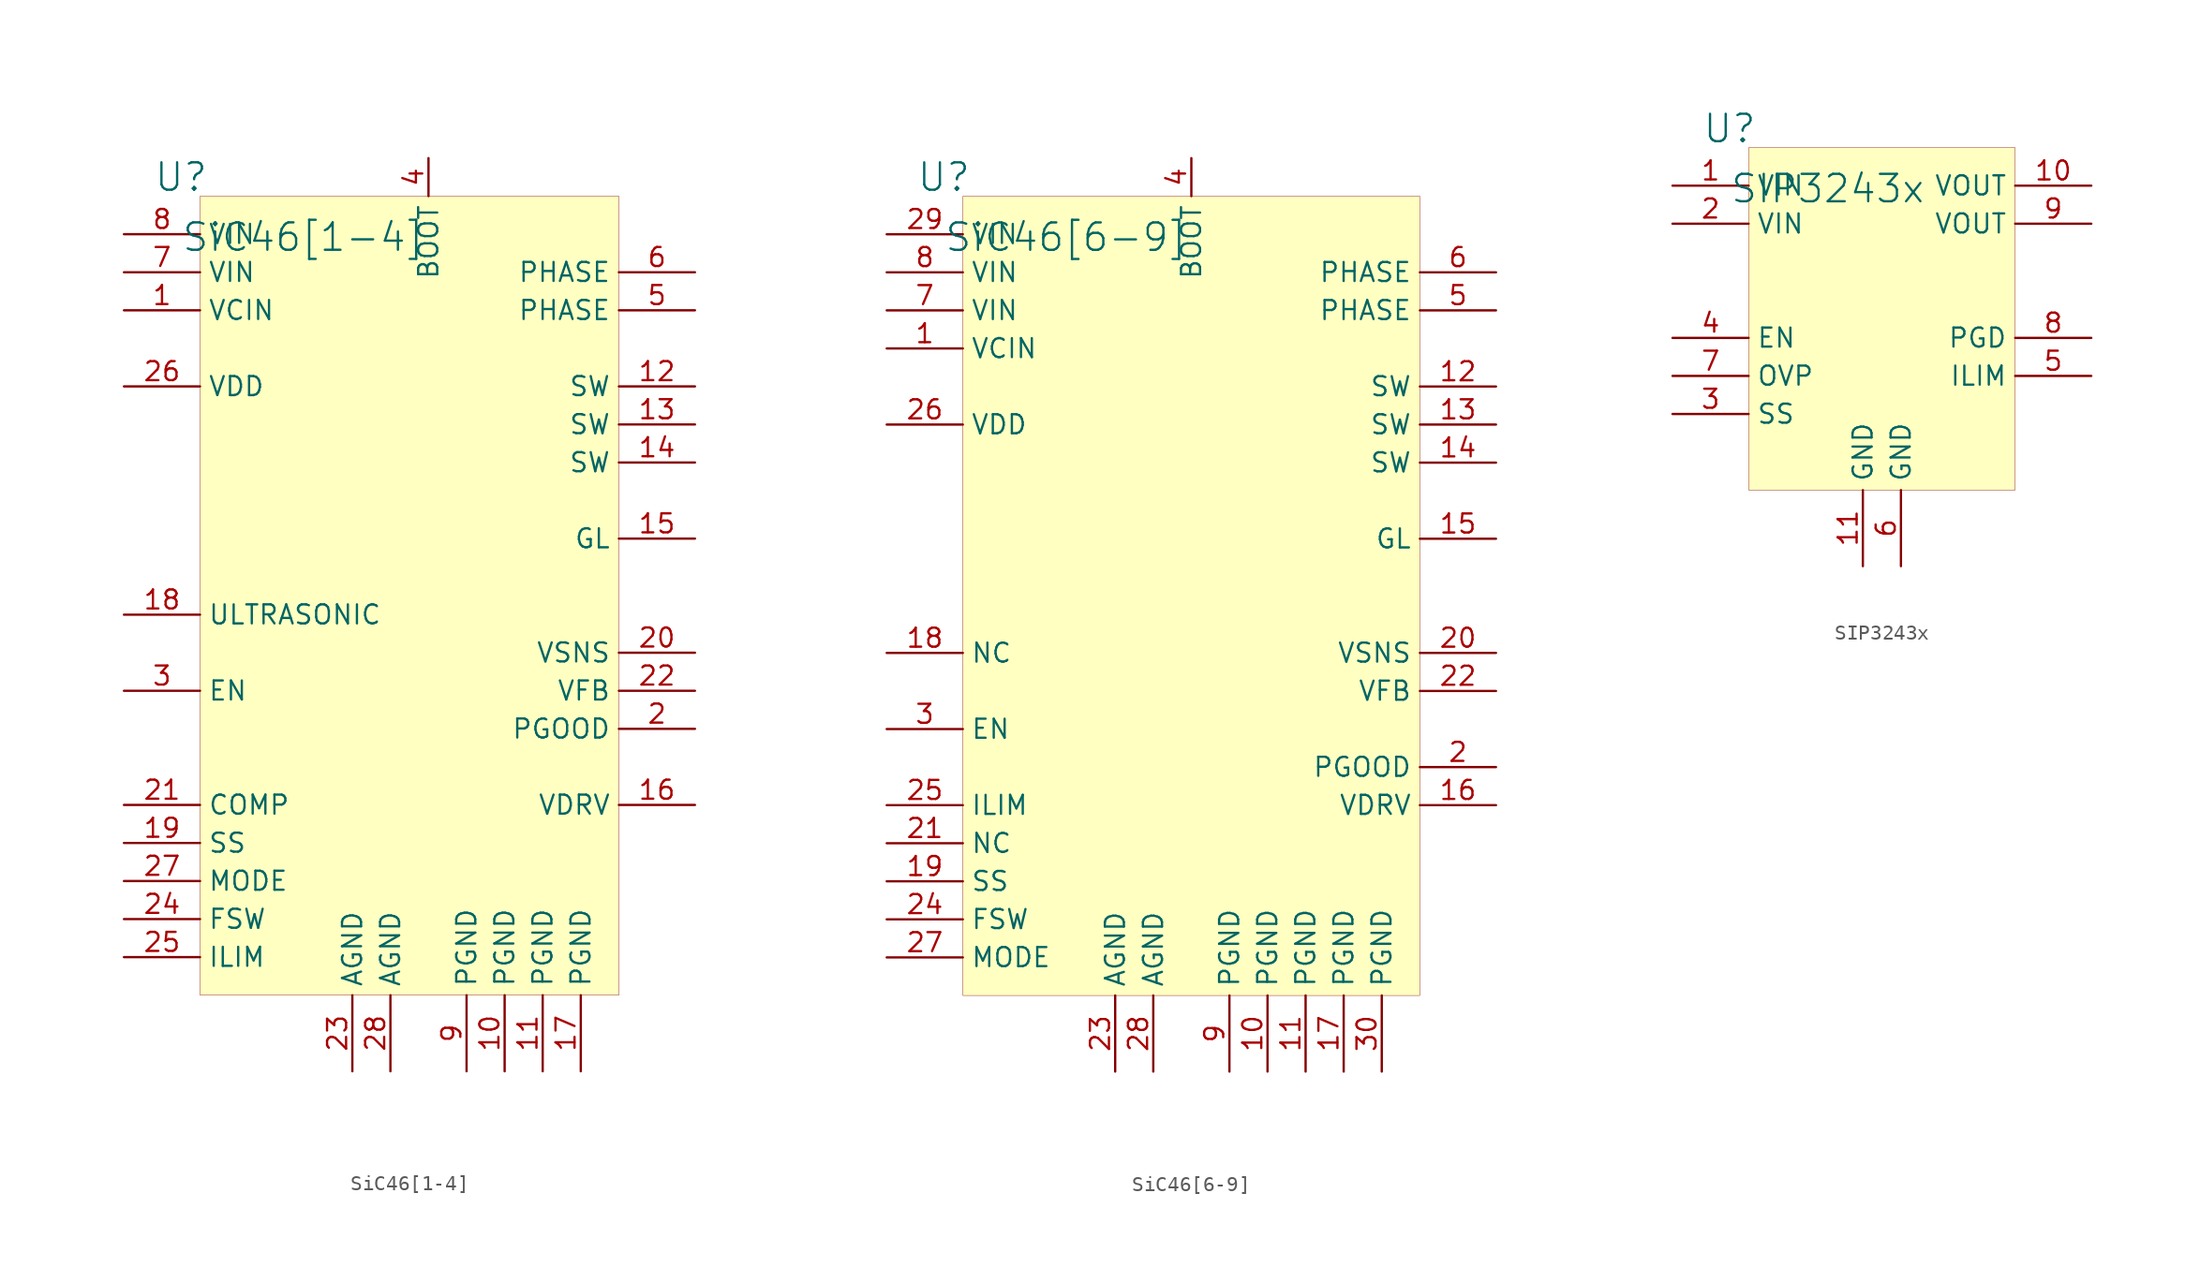
<source format=kicad_sym>
(kicad_symbol_lib
  (version 20231120)
  (generator "kicad_symbol_editor")
  (generator_version "8.0")
  (symbol "SiC46[1-4]"
    (property "Reference" "U"
      (at -1.27 1.27 0)
      (effects (font (size 1.829 1.829))))
    (property "Value" "SiC46[1-4]"
      (at -1.27 -3.81 0)
      (effects (font (size 1.829 1.829)) (justify left bottom)))
    (symbol "SiC46[1-4]_1_0"
      (rectangle (start 27.94 0) (end 0 -53.34) (stroke (width 0.025) (type solid) (color 128 0 0 1)) (fill (type background)))
      (pin passive line (at -5.08 -7.62 0) (length 5.08) (name "VCIN" (effects (font (size 1.27 1.27)))) (number "1" (effects (font (size 1.27 1.27)))))
      (pin passive line (at 20.32 -58.42 90) (length 5.08) (name "PGND" (effects (font (size 1.27 1.27)))) (number "10" (effects (font (size 1.27 1.27)))))
      (pin passive line (at 22.86 -58.42 90) (length 5.08) (name "PGND" (effects (font (size 1.27 1.27)))) (number "11" (effects (font (size 1.27 1.27)))))
      (pin passive line (at 33.02 -12.7 180) (length 5.08) (name "SW" (effects (font (size 1.27 1.27)))) (number "12" (effects (font (size 1.27 1.27)))))
      (pin passive line (at 33.02 -15.24 180) (length 5.08) (name "SW" (effects (font (size 1.27 1.27)))) (number "13" (effects (font (size 1.27 1.27)))))
      (pin passive line (at 33.02 -17.78 180) (length 5.08) (name "SW" (effects (font (size 1.27 1.27)))) (number "14" (effects (font (size 1.27 1.27)))))
      (pin passive line (at 33.02 -22.86 180) (length 5.08) (name "GL" (effects (font (size 1.27 1.27)))) (number "15" (effects (font (size 1.27 1.27)))))
      (pin passive line (at 33.02 -40.64 180) (length 5.08) (name "VDRV" (effects (font (size 1.27 1.27)))) (number "16" (effects (font (size 1.27 1.27)))))
      (pin passive line (at 25.4 -58.42 90) (length 5.08) (name "PGND" (effects (font (size 1.27 1.27)))) (number "17" (effects (font (size 1.27 1.27)))))
      (pin passive line (at -5.08 -27.94 0) (length 5.08) (name "ULTRASONIC" (effects (font (size 1.27 1.27)))) (number "18" (effects (font (size 1.27 1.27)))))
      (pin passive line (at -5.08 -43.18 0) (length 5.08) (name "SS" (effects (font (size 1.27 1.27)))) (number "19" (effects (font (size 1.27 1.27)))))
      (pin passive line (at 33.02 -35.56 180) (length 5.08) (name "PGOOD" (effects (font (size 1.27 1.27)))) (number "2" (effects (font (size 1.27 1.27)))))
      (pin passive line (at 33.02 -30.48 180) (length 5.08) (name "VSNS" (effects (font (size 1.27 1.27)))) (number "20" (effects (font (size 1.27 1.27)))))
      (pin passive line (at -5.08 -40.64 0) (length 5.08) (name "COMP" (effects (font (size 1.27 1.27)))) (number "21" (effects (font (size 1.27 1.27)))))
      (pin passive line (at 33.02 -33.02 180) (length 5.08) (name "VFB" (effects (font (size 1.27 1.27)))) (number "22" (effects (font (size 1.27 1.27)))))
      (pin passive line (at 10.16 -58.42 90) (length 5.08) (name "AGND" (effects (font (size 1.27 1.27)))) (number "23" (effects (font (size 1.27 1.27)))))
      (pin passive line (at -5.08 -48.26 0) (length 5.08) (name "FSW" (effects (font (size 1.27 1.27)))) (number "24" (effects (font (size 1.27 1.27)))))
      (pin passive line (at -5.08 -50.8 0) (length 5.08) (name "ILIM" (effects (font (size 1.27 1.27)))) (number "25" (effects (font (size 1.27 1.27)))))
      (pin passive line (at -5.08 -12.7 0) (length 5.08) (name "VDD" (effects (font (size 1.27 1.27)))) (number "26" (effects (font (size 1.27 1.27)))))
      (pin passive line (at -5.08 -45.72 0) (length 5.08) (name "MODE" (effects (font (size 1.27 1.27)))) (number "27" (effects (font (size 1.27 1.27)))))
      (pin passive line (at 12.7 -58.42 90) (length 5.08) (name "AGND" (effects (font (size 1.27 1.27)))) (number "28" (effects (font (size 1.27 1.27)))))
      (pin passive line (at -5.08 -33.02 0) (length 5.08) (name "EN" (effects (font (size 1.27 1.27)))) (number "3" (effects (font (size 1.27 1.27)))))
      (pin passive line (at 15.24 2.54 270) (length 2.54) (name "BOOT" (effects (font (size 1.27 1.27)))) (number "4" (effects (font (size 1.27 1.27)))))
      (pin passive line (at 33.02 -7.62 180) (length 5.08) (name "PHASE" (effects (font (size 1.27 1.27)))) (number "5" (effects (font (size 1.27 1.27)))))
      (pin passive line (at 33.02 -5.08 180) (length 5.08) (name "PHASE" (effects (font (size 1.27 1.27)))) (number "6" (effects (font (size 1.27 1.27)))))
      (pin passive line (at -5.08 -5.08 0) (length 5.08) (name "VIN" (effects (font (size 1.27 1.27)))) (number "7" (effects (font (size 1.27 1.27)))))
      (pin passive line (at -5.08 -2.54 0) (length 5.08) (name "VIN" (effects (font (size 1.27 1.27)))) (number "8" (effects (font (size 1.27 1.27)))))
      (pin passive line (at 17.78 -58.42 90) (length 5.08) (name "PGND" (effects (font (size 1.27 1.27)))) (number "9" (effects (font (size 1.27 1.27)))))))
  (symbol "SiC46[6-9]"
    (property "Reference" "U"
      (at -1.27 1.27 0)
      (effects (font (size 1.829 1.829))))
    (property "Value" "SiC46[6-9]"
      (at -1.27 -3.81 0)
      (effects (font (size 1.829 1.829)) (justify left bottom)))
    (symbol "SiC46[6-9]_1_0"
      (rectangle (start 30.48 0) (end 0 -53.34) (stroke (width 0.025) (type solid) (color 128 0 0 1)) (fill (type background)))
      (pin passive line (at -5.08 -10.16 0) (length 5.08) (name "VCIN" (effects (font (size 1.27 1.27)))) (number "1" (effects (font (size 1.27 1.27)))))
      (pin passive line (at 20.32 -58.42 90) (length 5.08) (name "PGND" (effects (font (size 1.27 1.27)))) (number "10" (effects (font (size 1.27 1.27)))))
      (pin passive line (at 22.86 -58.42 90) (length 5.08) (name "PGND" (effects (font (size 1.27 1.27)))) (number "11" (effects (font (size 1.27 1.27)))))
      (pin passive line (at 35.56 -12.7 180) (length 5.08) (name "SW" (effects (font (size 1.27 1.27)))) (number "12" (effects (font (size 1.27 1.27)))))
      (pin passive line (at 35.56 -15.24 180) (length 5.08) (name "SW" (effects (font (size 1.27 1.27)))) (number "13" (effects (font (size 1.27 1.27)))))
      (pin passive line (at 35.56 -17.78 180) (length 5.08) (name "SW" (effects (font (size 1.27 1.27)))) (number "14" (effects (font (size 1.27 1.27)))))
      (pin passive line (at 35.56 -22.86 180) (length 5.08) (name "GL" (effects (font (size 1.27 1.27)))) (number "15" (effects (font (size 1.27 1.27)))))
      (pin passive line (at 35.56 -40.64 180) (length 5.08) (name "VDRV" (effects (font (size 1.27 1.27)))) (number "16" (effects (font (size 1.27 1.27)))))
      (pin passive line (at 25.4 -58.42 90) (length 5.08) (name "PGND" (effects (font (size 1.27 1.27)))) (number "17" (effects (font (size 1.27 1.27)))))
      (pin passive line (at -5.08 -30.48 0) (length 5.08) (name "NC" (effects (font (size 1.27 1.27)))) (number "18" (effects (font (size 1.27 1.27)))))
      (pin passive line (at -5.08 -45.72 0) (length 5.08) (name "SS" (effects (font (size 1.27 1.27)))) (number "19" (effects (font (size 1.27 1.27)))))
      (pin passive line (at 35.56 -38.1 180) (length 5.08) (name "PGOOD" (effects (font (size 1.27 1.27)))) (number "2" (effects (font (size 1.27 1.27)))))
      (pin passive line (at 35.56 -30.48 180) (length 5.08) (name "VSNS" (effects (font (size 1.27 1.27)))) (number "20" (effects (font (size 1.27 1.27)))))
      (pin passive line (at -5.08 -43.18 0) (length 5.08) (name "NC" (effects (font (size 1.27 1.27)))) (number "21" (effects (font (size 1.27 1.27)))))
      (pin passive line (at 35.56 -33.02 180) (length 5.08) (name "VFB" (effects (font (size 1.27 1.27)))) (number "22" (effects (font (size 1.27 1.27)))))
      (pin passive line (at 10.16 -58.42 90) (length 5.08) (name "AGND" (effects (font (size 1.27 1.27)))) (number "23" (effects (font (size 1.27 1.27)))))
      (pin passive line (at -5.08 -48.26 0) (length 5.08) (name "FSW" (effects (font (size 1.27 1.27)))) (number "24" (effects (font (size 1.27 1.27)))))
      (pin passive line (at -5.08 -40.64 0) (length 5.08) (name "ILIM" (effects (font (size 1.27 1.27)))) (number "25" (effects (font (size 1.27 1.27)))))
      (pin passive line (at -5.08 -15.24 0) (length 5.08) (name "VDD" (effects (font (size 1.27 1.27)))) (number "26" (effects (font (size 1.27 1.27)))))
      (pin passive line (at -5.08 -50.8 0) (length 5.08) (name "MODE" (effects (font (size 1.27 1.27)))) (number "27" (effects (font (size 1.27 1.27)))))
      (pin passive line (at 12.7 -58.42 90) (length 5.08) (name "AGND" (effects (font (size 1.27 1.27)))) (number "28" (effects (font (size 1.27 1.27)))))
      (pin passive line (at -5.08 -2.54 0) (length 5.08) (name "VIN" (effects (font (size 1.27 1.27)))) (number "29" (effects (font (size 1.27 1.27)))))
      (pin passive line (at -5.08 -35.56 0) (length 5.08) (name "EN" (effects (font (size 1.27 1.27)))) (number "3" (effects (font (size 1.27 1.27)))))
      (pin passive line (at 27.94 -58.42 90) (length 5.08) (name "PGND" (effects (font (size 1.27 1.27)))) (number "30" (effects (font (size 1.27 1.27)))))
      (pin passive line (at 15.24 2.54 270) (length 2.54) (name "BOOT" (effects (font (size 1.27 1.27)))) (number "4" (effects (font (size 1.27 1.27)))))
      (pin passive line (at 35.56 -7.62 180) (length 5.08) (name "PHASE" (effects (font (size 1.27 1.27)))) (number "5" (effects (font (size 1.27 1.27)))))
      (pin passive line (at 35.56 -5.08 180) (length 5.08) (name "PHASE" (effects (font (size 1.27 1.27)))) (number "6" (effects (font (size 1.27 1.27)))))
      (pin passive line (at -5.08 -7.62 0) (length 5.08) (name "VIN" (effects (font (size 1.27 1.27)))) (number "7" (effects (font (size 1.27 1.27)))))
      (pin passive line (at -5.08 -5.08 0) (length 5.08) (name "VIN" (effects (font (size 1.27 1.27)))) (number "8" (effects (font (size 1.27 1.27)))))
      (pin passive line (at 17.78 -58.42 90) (length 5.08) (name "PGND" (effects (font (size 1.27 1.27)))) (number "9" (effects (font (size 1.27 1.27)))))))
  (symbol "SIP3243x"
    (property "Reference" "U"
      (at -1.27 1.27 0)
      (effects (font (size 1.829 1.829))))
    (property "Value" "SIP3243x"
      (at -1.27 -3.81 0)
      (effects (font (size 1.829 1.829)) (justify left bottom)))
    (symbol "SIP3243x_1_0"
      (rectangle (start 17.78 0) (end 0 -22.86) (stroke (width 0.025) (type solid) (color 128 0 0 1)) (fill (type background)))
      (pin passive line (at -5.08 -2.54 0) (length 5.08) (name "VIN" (effects (font (size 1.27 1.27)))) (number "1" (effects (font (size 1.27 1.27)))))
      (pin passive line (at 22.86 -2.54 180) (length 5.08) (name "VOUT" (effects (font (size 1.27 1.27)))) (number "10" (effects (font (size 1.27 1.27)))))
      (pin passive line (at 7.62 -27.94 90) (length 5.08) (name "GND" (effects (font (size 1.27 1.27)))) (number "11" (effects (font (size 1.27 1.27)))))
      (pin passive line (at -5.08 -5.08 0) (length 5.08) (name "VIN" (effects (font (size 1.27 1.27)))) (number "2" (effects (font (size 1.27 1.27)))))
      (pin passive line (at -5.08 -17.78 0) (length 5.08) (name "SS" (effects (font (size 1.27 1.27)))) (number "3" (effects (font (size 1.27 1.27)))))
      (pin passive line (at -5.08 -12.7 0) (length 5.08) (name "EN" (effects (font (size 1.27 1.27)))) (number "4" (effects (font (size 1.27 1.27)))))
      (pin passive line (at 22.86 -15.24 180) (length 5.08) (name "ILIM" (effects (font (size 1.27 1.27)))) (number "5" (effects (font (size 1.27 1.27)))))
      (pin passive line (at 10.16 -27.94 90) (length 5.08) (name "GND" (effects (font (size 1.27 1.27)))) (number "6" (effects (font (size 1.27 1.27)))))
      (pin passive line (at -5.08 -15.24 0) (length 5.08) (name "OVP" (effects (font (size 1.27 1.27)))) (number "7" (effects (font (size 1.27 1.27)))))
      (pin passive line (at 22.86 -12.7 180) (length 5.08) (name "PGD" (effects (font (size 1.27 1.27)))) (number "8" (effects (font (size 1.27 1.27)))))
      (pin passive line (at 22.86 -5.08 180) (length 5.08) (name "VOUT" (effects (font (size 1.27 1.27)))) (number "9" (effects (font (size 1.27 1.27))))))))
</source>
